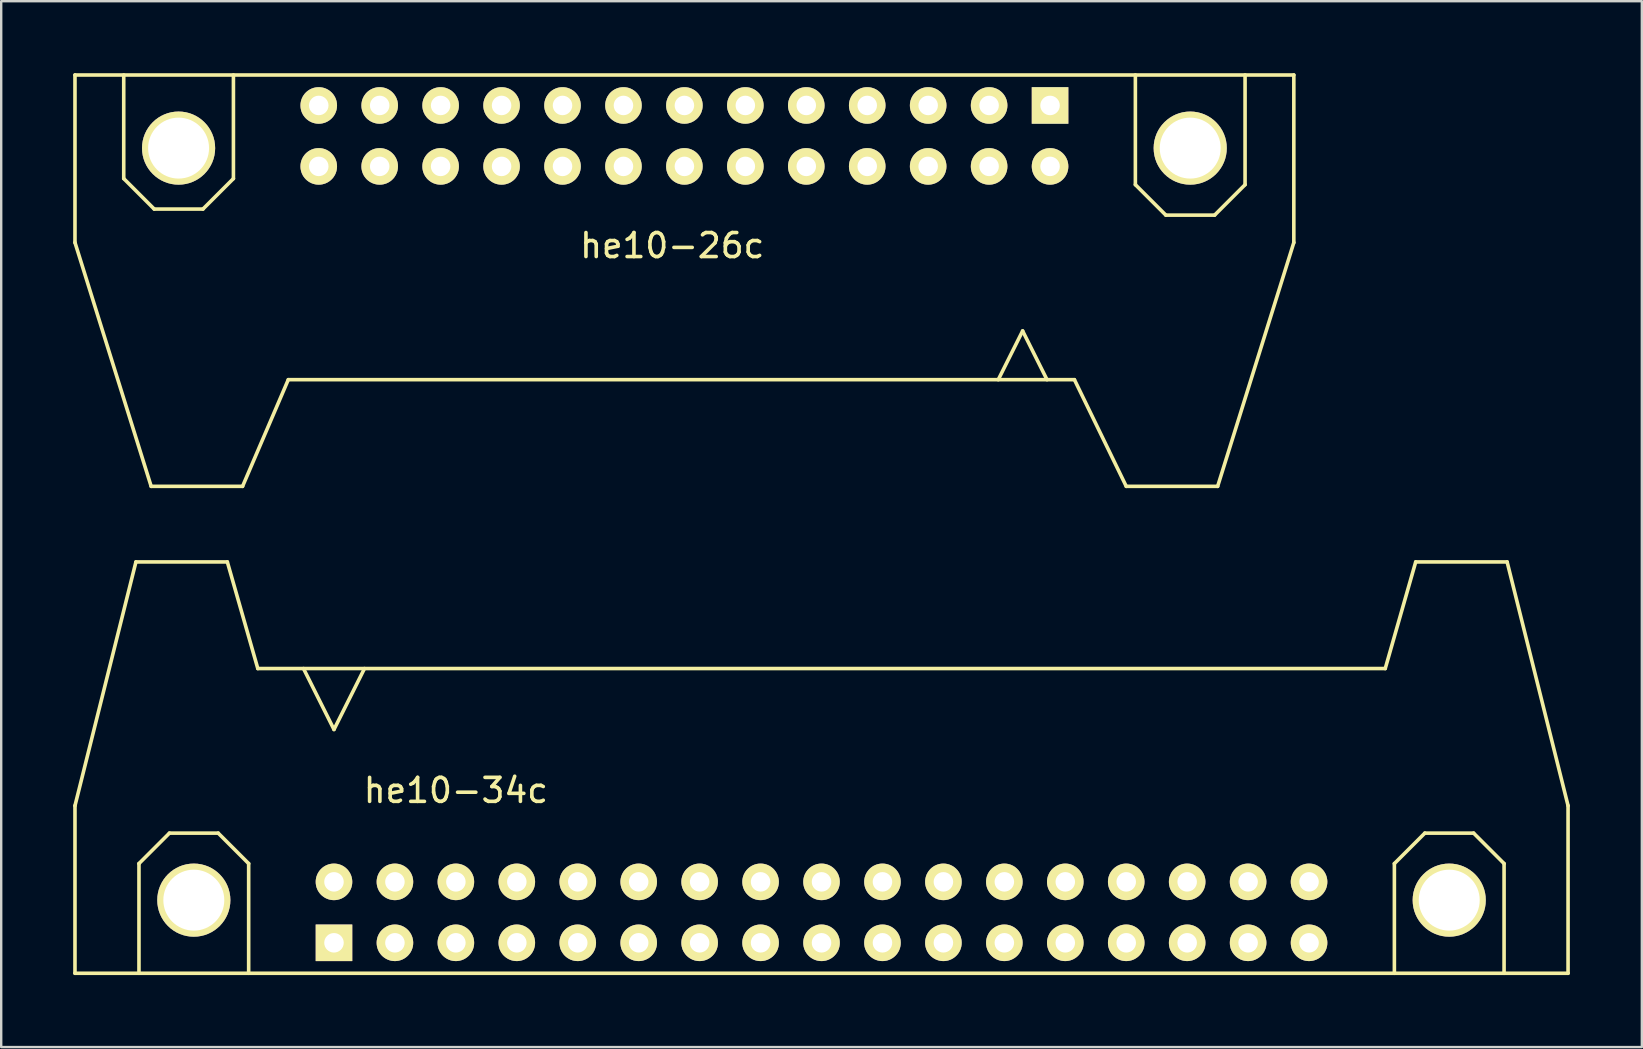
<source format=kicad_pcb>
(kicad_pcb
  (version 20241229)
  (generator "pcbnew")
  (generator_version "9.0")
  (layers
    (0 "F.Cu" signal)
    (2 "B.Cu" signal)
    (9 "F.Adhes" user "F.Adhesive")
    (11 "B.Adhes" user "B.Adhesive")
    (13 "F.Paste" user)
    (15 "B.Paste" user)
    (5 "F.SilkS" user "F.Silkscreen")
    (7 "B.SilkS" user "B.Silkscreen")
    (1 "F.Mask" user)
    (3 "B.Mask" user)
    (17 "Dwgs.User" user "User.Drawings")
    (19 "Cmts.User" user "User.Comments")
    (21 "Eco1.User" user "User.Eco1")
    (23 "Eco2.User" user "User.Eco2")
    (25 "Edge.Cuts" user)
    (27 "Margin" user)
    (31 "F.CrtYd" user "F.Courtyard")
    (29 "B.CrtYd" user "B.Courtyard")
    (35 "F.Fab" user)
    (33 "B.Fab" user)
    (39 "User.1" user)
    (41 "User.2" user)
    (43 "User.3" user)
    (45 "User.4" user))
  (footprint "he10-26c"
    (layer "F.Cu")
    (at 25.475 2.615)
    (property "Reference" "he10-26c" (at -0.508 4.572 0) (layer "F.SilkS") (effects (font (size 1 1) (thickness 0.15))))
    (attr through_hole)
    (fp_line (start -25.4 -2.54) (end -25.4 4.445) (stroke (width 0.15) (type solid)) (layer "F.SilkS"))
    (fp_line (start -25.4 -2.54) (end 25.4 -2.54) (stroke (width 0.15) (type solid)) (layer "F.SilkS"))
    (fp_line (start -25.4 4.445) (end -22.225 14.605) (stroke (width 0.15) (type solid)) (layer "F.SilkS"))
    (fp_line (start -23.368 1.778) (end -23.368 -2.54) (stroke (width 0.15) (type solid)) (layer "F.SilkS"))
    (fp_line (start -22.225 14.605) (end -18.415 14.605) (stroke (width 0.15) (type solid)) (layer "F.SilkS"))
    (fp_line (start -22.098 3.048) (end -23.368 1.778) (stroke (width 0.15) (type solid)) (layer "F.SilkS"))
    (fp_line (start -20.066 3.048) (end -22.098 3.048) (stroke (width 0.15) (type solid)) (layer "F.SilkS"))
    (fp_line (start -18.796 -2.54) (end -18.796 1.778) (stroke (width 0.15) (type solid)) (layer "F.SilkS"))
    (fp_line (start -18.796 1.778) (end -20.066 3.048) (stroke (width 0.15) (type solid)) (layer "F.SilkS"))
    (fp_line (start -18.415 14.605) (end -16.51 10.16) (stroke (width 0.15) (type solid)) (layer "F.SilkS"))
    (fp_line (start 14.097 8.128) (end 13.081 10.16) (stroke (width 0.15) (type solid)) (layer "F.SilkS"))
    (fp_line (start 15.113 10.16) (end 14.097 8.128) (stroke (width 0.15) (type solid)) (layer "F.SilkS"))
    (fp_line (start 16.256 10.16) (end -16.51 10.16) (stroke (width 0.15) (type solid)) (layer "F.SilkS"))
    (fp_line (start 18.415 14.605) (end 16.256 10.16) (stroke (width 0.15) (type solid)) (layer "F.SilkS"))
    (fp_line (start 18.796 2.032) (end 18.796 -2.54) (stroke (width 0.15) (type solid)) (layer "F.SilkS"))
    (fp_line (start 20.066 3.302) (end 18.796 2.032) (stroke (width 0.15) (type solid)) (layer "F.SilkS"))
    (fp_line (start 22.098 3.302) (end 20.066 3.302) (stroke (width 0.15) (type solid)) (layer "F.SilkS"))
    (fp_line (start 22.225 14.605) (end 18.415 14.605) (stroke (width 0.15) (type solid)) (layer "F.SilkS"))
    (fp_line (start 23.368 -2.54) (end 23.368 2.032) (stroke (width 0.15) (type solid)) (layer "F.SilkS"))
    (fp_line (start 23.368 2.032) (end 22.098 3.302) (stroke (width 0.15) (type solid)) (layer "F.SilkS"))
    (fp_line (start 25.4 -2.54) (end 25.4 4.445) (stroke (width 0.15) (type solid)) (layer "F.SilkS"))
    (fp_line (start 25.4 4.445) (end 22.225 14.605) (stroke (width 0.15) (type solid)) (layer "F.SilkS"))
    (pad "0" thru_hole circle (at -21.082 0.508) (size 3.048 3.048) (drill 2.54) (layers "*.Cu" "*.Mask" "F.SilkS"))
    (pad "0" thru_hole circle (at 21.082 0.508) (size 3.048 3.048) (drill 2.54) (layers "*.Cu" "*.Mask" "F.SilkS"))
    (pad "1" thru_hole rect (at 15.24 -1.27) (size 1.524 1.524) (drill 0.813) (layers "*.Cu" "*.Mask" "F.SilkS"))
    (pad "2" thru_hole circle (at 15.24 1.27) (size 1.524 1.524) (drill 0.813) (layers "*.Cu" "*.Mask" "F.SilkS"))
    (pad "3" thru_hole circle (at 12.7 -1.27) (size 1.524 1.524) (drill 0.813) (layers "*.Cu" "*.Mask" "F.SilkS"))
    (pad "4" thru_hole circle (at 12.7 1.27) (size 1.524 1.524) (drill 0.813) (layers "*.Cu" "*.Mask" "F.SilkS"))
    (pad "5" thru_hole circle (at 10.16 -1.27) (size 1.524 1.524) (drill 0.813) (layers "*.Cu" "*.Mask" "F.SilkS"))
    (pad "6" thru_hole circle (at 10.16 1.27) (size 1.524 1.524) (drill 0.813) (layers "*.Cu" "*.Mask" "F.SilkS"))
    (pad "7" thru_hole circle (at 7.62 -1.27) (size 1.524 1.524) (drill 0.813) (layers "*.Cu" "*.Mask" "F.SilkS"))
    (pad "8" thru_hole circle (at 7.62 1.27) (size 1.524 1.524) (drill 0.813) (layers "*.Cu" "*.Mask" "F.SilkS"))
    (pad "9" thru_hole circle (at 5.08 -1.27) (size 1.524 1.524) (drill 0.813) (layers "*.Cu" "*.Mask" "F.SilkS"))
    (pad "10" thru_hole circle (at 5.08 1.27) (size 1.524 1.524) (drill 0.813) (layers "*.Cu" "*.Mask" "F.SilkS"))
    (pad "11" thru_hole circle (at 2.54 -1.27) (size 1.524 1.524) (drill 0.813) (layers "*.Cu" "*.Mask" "F.SilkS"))
    (pad "12" thru_hole circle (at 2.54 1.27) (size 1.524 1.524) (drill 0.813) (layers "*.Cu" "*.Mask" "F.SilkS"))
    (pad "13" thru_hole circle (at 0 -1.27) (size 1.524 1.524) (drill 0.813) (layers "*.Cu" "*.Mask" "F.SilkS"))
    (pad "14" thru_hole circle (at 0 1.27) (size 1.524 1.524) (drill 0.813) (layers "*.Cu" "*.Mask" "F.SilkS"))
    (pad "15" thru_hole circle (at -2.54 -1.27) (size 1.524 1.524) (drill 0.813) (layers "*.Cu" "*.Mask" "F.SilkS"))
    (pad "16" thru_hole circle (at -2.54 1.27) (size 1.524 1.524) (drill 0.813) (layers "*.Cu" "*.Mask" "F.SilkS"))
    (pad "17" thru_hole circle (at -5.08 -1.27) (size 1.524 1.524) (drill 0.813) (layers "*.Cu" "*.Mask" "F.SilkS"))
    (pad "18" thru_hole circle (at -5.08 1.27) (size 1.524 1.524) (drill 0.813) (layers "*.Cu" "*.Mask" "F.SilkS"))
    (pad "19" thru_hole circle (at -7.62 -1.27) (size 1.524 1.524) (drill 0.813) (layers "*.Cu" "*.Mask" "F.SilkS"))
    (pad "20" thru_hole circle (at -7.62 1.27) (size 1.524 1.524) (drill 0.813) (layers "*.Cu" "*.Mask" "F.SilkS"))
    (pad "21" thru_hole circle (at -10.16 -1.27) (size 1.524 1.524) (drill 0.813) (layers "*.Cu" "*.Mask" "F.SilkS"))
    (pad "22" thru_hole circle (at -10.16 1.27) (size 1.524 1.524) (drill 0.813) (layers "*.Cu" "*.Mask" "F.SilkS"))
    (pad "23" thru_hole circle (at -12.7 -1.27) (size 1.524 1.524) (drill 0.813) (layers "*.Cu" "*.Mask" "F.SilkS"))
    (pad "24" thru_hole circle (at -12.7 1.27) (size 1.524 1.524) (drill 0.813) (layers "*.Cu" "*.Mask" "F.SilkS"))
    (pad "25" thru_hole circle (at -15.24 -1.27) (size 1.524 1.524) (drill 0.813) (layers "*.Cu" "*.Mask" "F.SilkS"))
    (pad "26" thru_hole circle (at -15.24 1.27) (size 1.524 1.524) (drill 0.813) (layers "*.Cu" "*.Mask" "F.SilkS")))
  (footprint "he10-34c"
    (layer "F.Cu")
    (at 31.19 34.975)
    (property "Reference" "he10-34c" (at -15.24 -5.08 0) (layer "F.SilkS") (effects (font (size 1 1) (thickness 0.15))))
    (attr through_hole)
    (fp_line (start -31.115 -4.445) (end -31.115 2.54) (stroke (width 0.15) (type solid)) (layer "F.SilkS"))
    (fp_line (start -31.115 2.54) (end 31.115 2.54) (stroke (width 0.15) (type solid)) (layer "F.SilkS"))
    (fp_line (start -28.575 -14.605) (end -31.115 -4.445) (stroke (width 0.15) (type solid)) (layer "F.SilkS"))
    (fp_line (start -28.575 -14.605) (end -24.765 -14.605) (stroke (width 0.15) (type solid)) (layer "F.SilkS"))
    (fp_line (start -28.448 -2.032) (end -27.178 -3.302) (stroke (width 0.15) (type solid)) (layer "F.SilkS"))
    (fp_line (start -28.448 2.54) (end -28.448 -2.032) (stroke (width 0.15) (type solid)) (layer "F.SilkS"))
    (fp_line (start -27.178 -3.302) (end -25.146 -3.302) (stroke (width 0.15) (type solid)) (layer "F.SilkS"))
    (fp_line (start -25.146 -3.302) (end -23.876 -2.032) (stroke (width 0.15) (type solid)) (layer "F.SilkS"))
    (fp_line (start -24.765 -14.605) (end -23.495 -10.16) (stroke (width 0.15) (type solid)) (layer "F.SilkS"))
    (fp_line (start -23.876 2.54) (end -23.876 -2.032) (stroke (width 0.15) (type solid)) (layer "F.SilkS"))
    (fp_line (start -23.495 -10.16) (end 23.495 -10.16) (stroke (width 0.15) (type solid)) (layer "F.SilkS"))
    (fp_line (start -21.59 -10.16) (end -20.32 -7.62) (stroke (width 0.15) (type solid)) (layer "F.SilkS"))
    (fp_line (start -20.32 -7.62) (end -19.05 -10.16) (stroke (width 0.15) (type solid)) (layer "F.SilkS"))
    (fp_line (start 23.876 -2.032) (end 25.146 -3.302) (stroke (width 0.15) (type solid)) (layer "F.SilkS"))
    (fp_line (start 23.876 2.54) (end 23.876 -2.032) (stroke (width 0.15) (type solid)) (layer "F.SilkS"))
    (fp_line (start 24.765 -14.605) (end 23.495 -10.16) (stroke (width 0.15) (type solid)) (layer "F.SilkS"))
    (fp_line (start 25.146 -3.302) (end 27.178 -3.302) (stroke (width 0.15) (type solid)) (layer "F.SilkS"))
    (fp_line (start 27.178 -3.302) (end 28.448 -2.032) (stroke (width 0.15) (type solid)) (layer "F.SilkS"))
    (fp_line (start 28.448 -2.032) (end 28.448 2.54) (stroke (width 0.15) (type solid)) (layer "F.SilkS"))
    (fp_line (start 28.575 -14.605) (end 24.765 -14.605) (stroke (width 0.15) (type solid)) (layer "F.SilkS"))
    (fp_line (start 31.115 -4.445) (end 28.575 -14.605) (stroke (width 0.15) (type solid)) (layer "F.SilkS"))
    (fp_line (start 31.115 2.54) (end 31.115 -4.445) (stroke (width 0.15) (type solid)) (layer "F.SilkS"))
    (pad "0" thru_hole circle (at -26.162 -0.508) (size 3.048 3.048) (drill 2.54) (layers "*.Cu" "*.Mask" "F.SilkS"))
    (pad "0" thru_hole circle (at 26.162 -0.508) (size 3.048 3.048) (drill 2.54) (layers "*.Cu" "*.Mask" "F.SilkS"))
    (pad "1" thru_hole rect (at -20.32 1.27) (size 1.524 1.524) (drill 0.813) (layers "*.Cu" "*.Mask" "F.SilkS"))
    (pad "2" thru_hole circle (at -20.32 -1.27) (size 1.524 1.524) (drill 0.813) (layers "*.Cu" "*.Mask" "F.SilkS"))
    (pad "3" thru_hole circle (at -17.78 1.27) (size 1.524 1.524) (drill 0.813) (layers "*.Cu" "*.Mask" "F.SilkS"))
    (pad "4" thru_hole circle (at -17.78 -1.27) (size 1.524 1.524) (drill 0.813) (layers "*.Cu" "*.Mask" "F.SilkS"))
    (pad "5" thru_hole circle (at -15.24 1.27) (size 1.524 1.524) (drill 0.813) (layers "*.Cu" "*.Mask" "F.SilkS"))
    (pad "6" thru_hole circle (at -15.24 -1.27) (size 1.524 1.524) (drill 0.813) (layers "*.Cu" "*.Mask" "F.SilkS"))
    (pad "7" thru_hole circle (at -12.7 1.27) (size 1.524 1.524) (drill 0.813) (layers "*.Cu" "*.Mask" "F.SilkS"))
    (pad "8" thru_hole circle (at -12.7 -1.27) (size 1.524 1.524) (drill 0.813) (layers "*.Cu" "*.Mask" "F.SilkS"))
    (pad "9" thru_hole circle (at -10.16 1.27) (size 1.524 1.524) (drill 0.813) (layers "*.Cu" "*.Mask" "F.SilkS"))
    (pad "10" thru_hole circle (at -10.16 -1.27) (size 1.524 1.524) (drill 0.813) (layers "*.Cu" "*.Mask" "F.SilkS"))
    (pad "11" thru_hole circle (at -7.62 1.27) (size 1.524 1.524) (drill 0.813) (layers "*.Cu" "*.Mask" "F.SilkS"))
    (pad "12" thru_hole circle (at -7.62 -1.27) (size 1.524 1.524) (drill 0.813) (layers "*.Cu" "*.Mask" "F.SilkS"))
    (pad "13" thru_hole circle (at -5.08 1.27) (size 1.524 1.524) (drill 0.813) (layers "*.Cu" "*.Mask" "F.SilkS"))
    (pad "14" thru_hole circle (at -5.08 -1.27) (size 1.524 1.524) (drill 0.813) (layers "*.Cu" "*.Mask" "F.SilkS"))
    (pad "15" thru_hole circle (at -2.54 1.27) (size 1.524 1.524) (drill 0.813) (layers "*.Cu" "*.Mask" "F.SilkS"))
    (pad "16" thru_hole circle (at -2.54 -1.27) (size 1.524 1.524) (drill 0.813) (layers "*.Cu" "*.Mask" "F.SilkS"))
    (pad "17" thru_hole circle (at 0 1.27) (size 1.524 1.524) (drill 0.813) (layers "*.Cu" "*.Mask" "F.SilkS"))
    (pad "18" thru_hole circle (at 0 -1.27) (size 1.524 1.524) (drill 0.813) (layers "*.Cu" "*.Mask" "F.SilkS"))
    (pad "19" thru_hole circle (at 2.54 1.27) (size 1.524 1.524) (drill 0.813) (layers "*.Cu" "*.Mask" "F.SilkS"))
    (pad "20" thru_hole circle (at 2.54 -1.27) (size 1.524 1.524) (drill 0.813) (layers "*.Cu" "*.Mask" "F.SilkS"))
    (pad "21" thru_hole circle (at 5.08 1.27) (size 1.524 1.524) (drill 0.813) (layers "*.Cu" "*.Mask" "F.SilkS"))
    (pad "22" thru_hole circle (at 5.08 -1.27) (size 1.524 1.524) (drill 0.813) (layers "*.Cu" "*.Mask" "F.SilkS"))
    (pad "23" thru_hole circle (at 7.62 1.27) (size 1.524 1.524) (drill 0.813) (layers "*.Cu" "*.Mask" "F.SilkS"))
    (pad "24" thru_hole circle (at 7.62 -1.27) (size 1.524 1.524) (drill 0.813) (layers "*.Cu" "*.Mask" "F.SilkS"))
    (pad "25" thru_hole circle (at 10.16 1.27) (size 1.524 1.524) (drill 0.813) (layers "*.Cu" "*.Mask" "F.SilkS"))
    (pad "26" thru_hole circle (at 10.16 -1.27) (size 1.524 1.524) (drill 0.813) (layers "*.Cu" "*.Mask" "F.SilkS"))
    (pad "27" thru_hole circle (at 12.7 1.27) (size 1.524 1.524) (drill 0.813) (layers "*.Cu" "*.Mask" "F.SilkS"))
    (pad "28" thru_hole circle (at 12.7 -1.27) (size 1.524 1.524) (drill 0.813) (layers "*.Cu" "*.Mask" "F.SilkS"))
    (pad "29" thru_hole circle (at 15.24 1.27) (size 1.524 1.524) (drill 0.813) (layers "*.Cu" "*.Mask" "F.SilkS"))
    (pad "30" thru_hole circle (at 15.24 -1.27) (size 1.524 1.524) (drill 0.813) (layers "*.Cu" "*.Mask" "F.SilkS"))
    (pad "31" thru_hole circle (at 17.78 1.27) (size 1.524 1.524) (drill 0.813) (layers "*.Cu" "*.Mask" "F.SilkS"))
    (pad "32" thru_hole circle (at 17.78 -1.27) (size 1.524 1.524) (drill 0.813) (layers "*.Cu" "*.Mask" "F.SilkS"))
    (pad "33" thru_hole circle (at 20.32 1.27) (size 1.524 1.524) (drill 0.813) (layers "*.Cu" "*.Mask" "F.SilkS"))
    (pad "34" thru_hole circle (at 20.32 -1.27) (size 1.524 1.524) (drill 0.813) (layers "*.Cu" "*.Mask" "F.SilkS")))
  (gr_rect
    (start -3 -3)
    (end 65.38 40.59)
    (stroke (width 0.1) (type default))
    (fill no)
    (layer "Edge.Cuts")))
</source>
